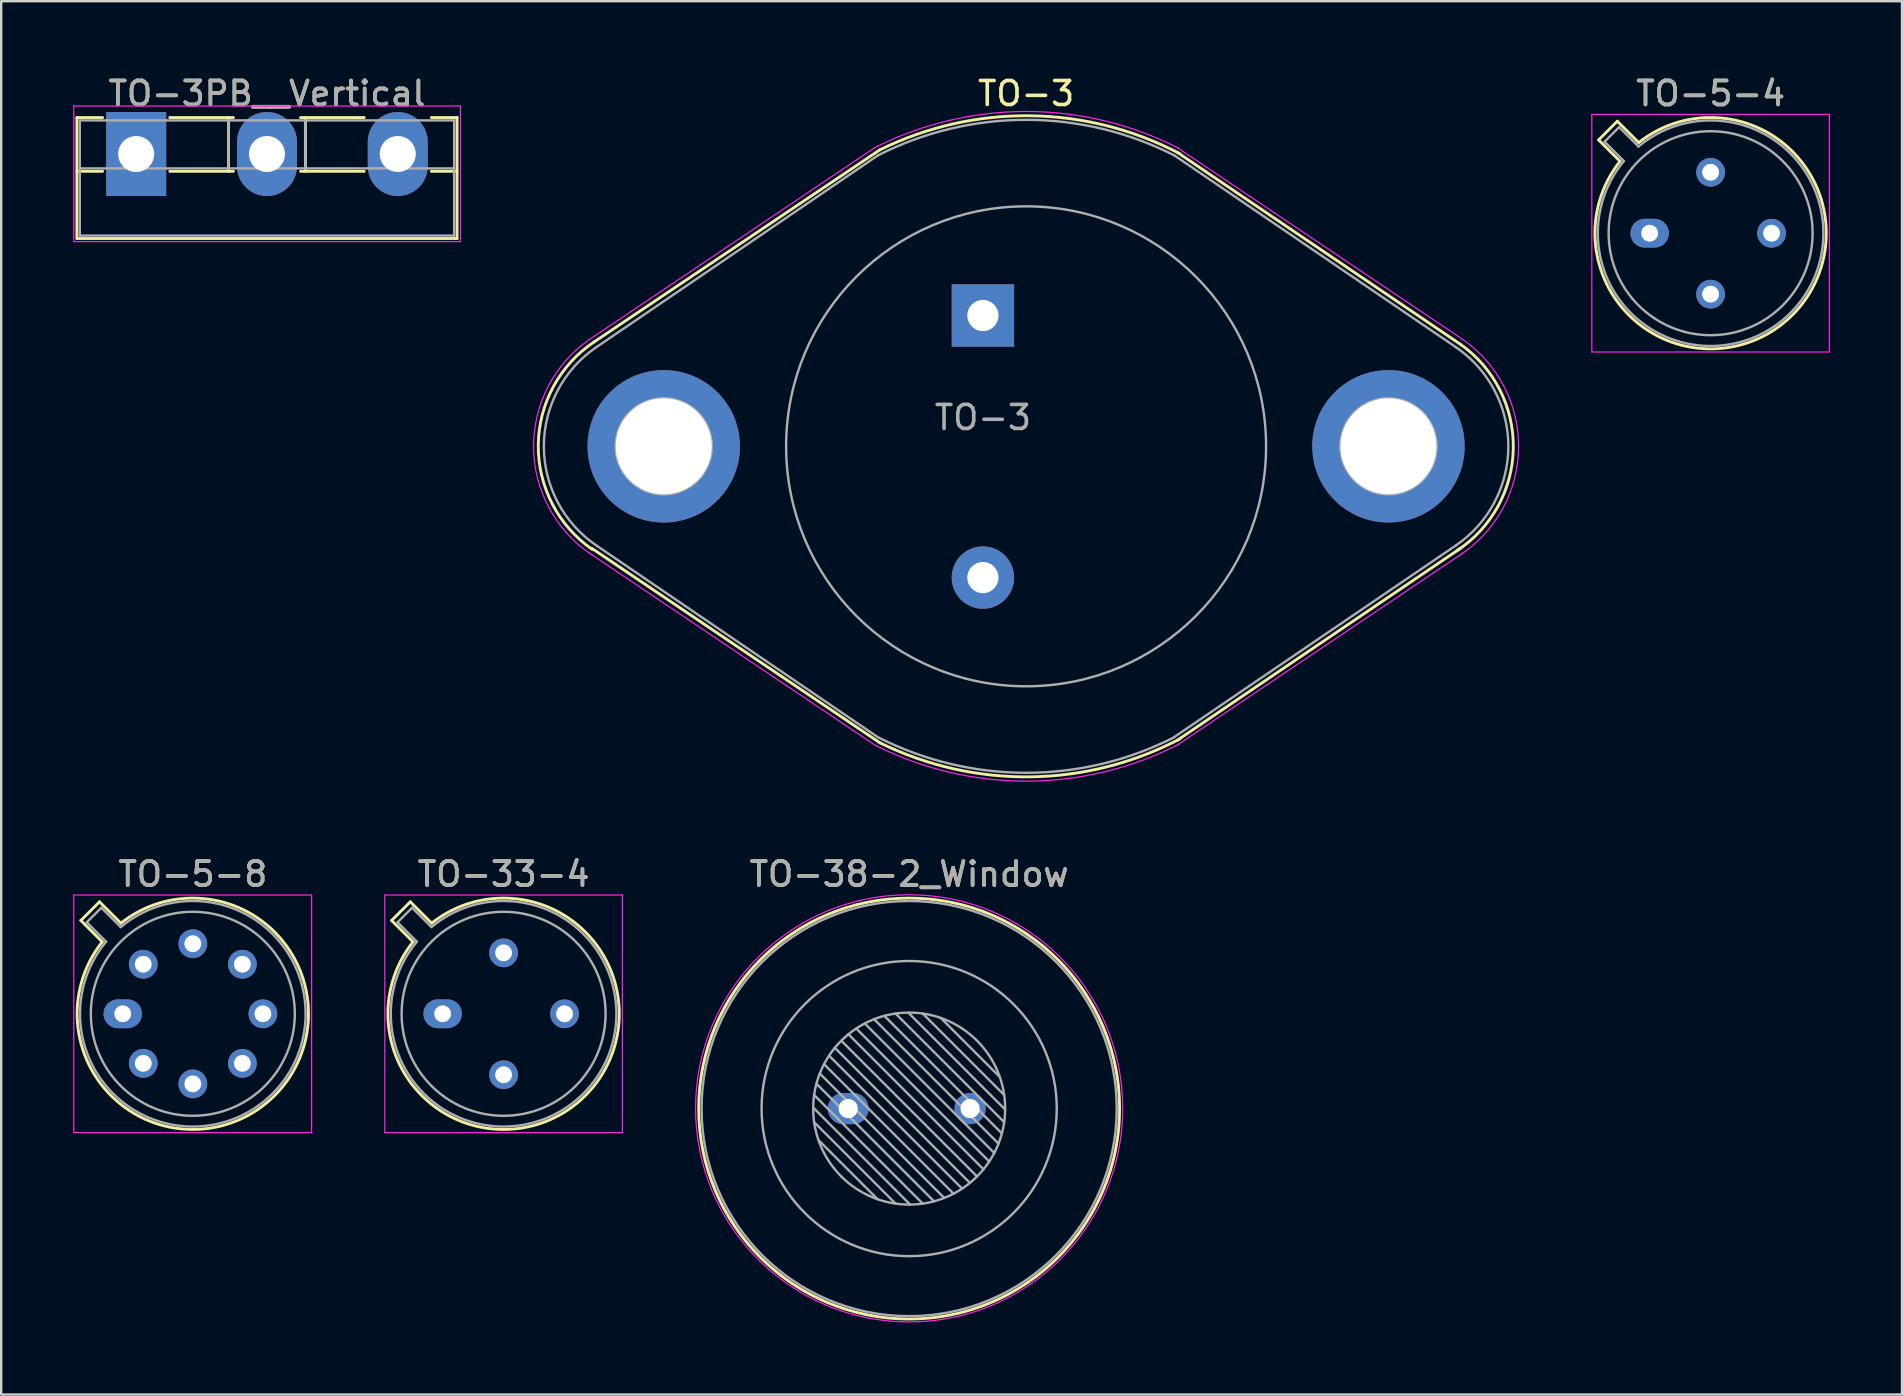
<source format=kicad_pcb>
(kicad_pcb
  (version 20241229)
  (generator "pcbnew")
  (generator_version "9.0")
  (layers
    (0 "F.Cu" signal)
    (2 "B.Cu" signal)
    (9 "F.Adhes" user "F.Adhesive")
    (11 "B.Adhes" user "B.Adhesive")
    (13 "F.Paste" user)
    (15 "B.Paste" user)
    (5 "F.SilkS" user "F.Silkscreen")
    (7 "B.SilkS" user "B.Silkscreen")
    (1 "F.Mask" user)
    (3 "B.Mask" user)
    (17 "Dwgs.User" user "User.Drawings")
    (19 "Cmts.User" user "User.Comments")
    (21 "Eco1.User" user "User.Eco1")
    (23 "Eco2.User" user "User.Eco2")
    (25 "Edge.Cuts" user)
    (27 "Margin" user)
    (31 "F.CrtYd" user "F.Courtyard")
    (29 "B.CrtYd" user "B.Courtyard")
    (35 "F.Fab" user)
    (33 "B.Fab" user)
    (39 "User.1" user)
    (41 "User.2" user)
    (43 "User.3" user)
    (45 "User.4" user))
  (footprint "TO-5-4"
    (layer "F.Cu")
    (at 65.692 6.668)
    (property "Reference" "TO-5-4" (at 2.54 -5.82 0) (layer "F.SilkS") (effects (font (size 1 1) (thickness 0.15))))
    (attr through_hole)
    (fp_line (start -2.126 -3.888) (end -1.235 -2.997) (stroke (width 0.12) (type solid)) (layer "F.SilkS"))
    (fp_line (start -1.348 -4.666) (end -2.126 -3.888) (stroke (width 0.12) (type solid)) (layer "F.SilkS"))
    (fp_line (start -0.457 -3.775) (end -1.348 -4.666) (stroke (width 0.12) (type solid)) (layer "F.SilkS"))
    (fp_arc (start -0.457084 -3.774902) (mid 5.948125 3.408384) (end -1.234674 -2.997371) (stroke (width 0.12) (type solid)) (layer "F.SilkS"))
    (fp_line (start -2.41 -4.95) (end -2.41 4.95) (stroke (width 0.05) (type solid)) (layer "F.CrtYd"))
    (fp_line (start -2.41 4.95) (end 7.49 4.95) (stroke (width 0.05) (type solid)) (layer "F.CrtYd"))
    (fp_line (start 7.49 -4.95) (end -2.41 -4.95) (stroke (width 0.05) (type solid)) (layer "F.CrtYd"))
    (fp_line (start 7.49 4.95) (end 7.49 -4.95) (stroke (width 0.05) (type solid)) (layer "F.CrtYd"))
    (fp_line (start -1.88 -3.812) (end -1.074 -3.005) (stroke (width 0.1) (type solid)) (layer "F.Fab"))
    (fp_line (start -1.272 -4.42) (end -1.88 -3.812) (stroke (width 0.1) (type solid)) (layer "F.Fab"))
    (fp_line (start -0.465 -3.614) (end -1.272 -4.42) (stroke (width 0.1) (type solid)) (layer "F.Fab"))
    (fp_arc (start -0.465408 -3.61352) (mid 5.863443 3.323361) (end -1.073594 -3.005319) (stroke (width 0.1) (type solid)) (layer "F.Fab"))
    (fp_circle (center 2.54 0) (end 6.79 0) (stroke (width 0.1) (type solid)) (fill no) (layer "F.Fab"))
    (fp_text user "${REFERENCE}" (at 2.54 -5.82 0) (layer "F.Fab") (effects (font (size 1 1) (thickness 0.15))))
    (pad "1" thru_hole oval (at 0 0) (size 1.6 1.2) (drill 0.7) (layers "*.Cu" "*.Mask"))
    (pad "2" thru_hole oval (at 2.54 2.54) (size 1.2 1.2) (drill 0.7) (layers "*.Cu" "*.Mask"))
    (pad "3" thru_hole oval (at 5.08 0) (size 1.2 1.2) (drill 0.7) (layers "*.Cu" "*.Mask"))
    (pad "4" thru_hole oval (at 2.54 -2.54) (size 1.2 1.2) (drill 0.7) (layers "*.Cu" "*.Mask")))
  (footprint "TO-38-2_Window"
    (layer "F.Cu")
    (at 32.295 43.145)
    (property "Reference" "TO-38-2_Window" (at 2.54 -9.77 0) (layer "F.SilkS") (effects (font (size 1 1) (thickness 0.15))))
    (attr through_hole)
    (fp_circle (center 2.54 0) (end 11.31 0) (stroke (width 0.12) (type solid)) (fill no) (layer "F.SilkS"))
    (fp_circle (center 2.54 -0.01) (end 11.44 -0.01) (stroke (width 0.05) (type solid)) (fill no) (layer "F.CrtYd"))
    (fp_line (start -1.46 -0.041) (end 2.581 4) (stroke (width 0.1) (type solid)) (layer "F.Fab"))
    (fp_line (start -1.42 -0.566) (end 3.106 3.96) (stroke (width 0.1) (type solid)) (layer "F.Fab"))
    (fp_line (start -1.42 0.566) (end 1.974 3.96) (stroke (width 0.1) (type solid)) (layer "F.Fab"))
    (fp_line (start -1.324 -1.036) (end 3.576 3.864) (stroke (width 0.1) (type solid)) (layer "F.Fab"))
    (fp_line (start -1.239 1.313) (end 1.227 3.779) (stroke (width 0.1) (type solid)) (layer "F.Fab"))
    (fp_line (start -1.184 -1.461) (end 4.001 3.724) (stroke (width 0.1) (type solid)) (layer "F.Fab"))
    (fp_line (start -1.007 -1.85) (end 4.39 3.547) (stroke (width 0.1) (type solid)) (layer "F.Fab"))
    (fp_line (start -0.797 -2.206) (end 4.746 3.337) (stroke (width 0.1) (type solid)) (layer "F.Fab"))
    (fp_line (start -0.558 -2.532) (end 5.072 3.098) (stroke (width 0.1) (type solid)) (layer "F.Fab"))
    (fp_line (start -0.289 -2.829) (end 5.369 2.829) (stroke (width 0.1) (type solid)) (layer "F.Fab"))
    (fp_line (start -0.289 2.829) (end -0.289 2.829) (stroke (width 0.1) (type solid)) (layer "F.Fab"))
    (fp_line (start 0.008 -3.098) (end 5.638 2.532) (stroke (width 0.1) (type solid)) (layer "F.Fab"))
    (fp_line (start 0.334 -3.337) (end 5.877 2.206) (stroke (width 0.1) (type solid)) (layer "F.Fab"))
    (fp_line (start 0.69 -3.547) (end 6.087 1.85) (stroke (width 0.1) (type solid)) (layer "F.Fab"))
    (fp_line (start 1.079 -3.724) (end 6.264 1.461) (stroke (width 0.1) (type solid)) (layer "F.Fab"))
    (fp_line (start 1.504 -3.864) (end 6.404 1.036) (stroke (width 0.1) (type solid)) (layer "F.Fab"))
    (fp_line (start 1.974 -3.96) (end 6.5 0.566) (stroke (width 0.1) (type solid)) (layer "F.Fab"))
    (fp_line (start 2.499 -4) (end 6.54 0.041) (stroke (width 0.1) (type solid)) (layer "F.Fab"))
    (fp_line (start 3.106 -3.96) (end 6.5 -0.566) (stroke (width 0.1) (type solid)) (layer "F.Fab"))
    (fp_line (start 3.853 -3.779) (end 6.319 -1.313) (stroke (width 0.1) (type solid)) (layer "F.Fab"))
    (fp_circle (center 2.54 0) (end 6.54 0) (stroke (width 0.1) (type solid)) (fill no) (layer "F.Fab"))
    (fp_circle (center 2.54 0) (end 8.69 0) (stroke (width 0.1) (type solid)) (fill no) (layer "F.Fab"))
    (fp_circle (center 2.54 0) (end 11.19 0) (stroke (width 0.1) (type solid)) (fill no) (layer "F.Fab"))
    (fp_text user "${REFERENCE}" (at 2.54 -9.77 0) (layer "F.Fab") (effects (font (size 1 1) (thickness 0.15))))
    (pad "1" thru_hole oval (at 0 0) (size 1.7 1.3) (drill 0.8) (layers "*.Cu" "*.Mask"))
    (pad "2" thru_hole oval (at 5.08 0) (size 1.3 1.3) (drill 0.8) (layers "*.Cu" "*.Mask")))
  (footprint "TO-3"
    (layer "F.Cu")
    (at 37.908 10.098)
    (property "Reference" "TO-3" (at 1.8 -9.25 0) (layer "F.SilkS") (effects (font (size 1 1) (thickness 0.15))))
    (attr through_hole)
    (fp_line (start -4.3 -6.9) (end -16.2 1.1) (stroke (width 0.12) (type solid)) (layer "F.SilkS"))
    (fp_line (start -4.3 17.8) (end -16.3 9.7) (stroke (width 0.12) (type solid)) (layer "F.SilkS"))
    (fp_line (start 8.1 -6.8) (end 19.9 1.2) (stroke (width 0.12) (type solid)) (layer "F.SilkS"))
    (fp_line (start 8.1 17.7) (end 19.9 9.7) (stroke (width 0.12) (type solid)) (layer "F.SilkS"))
    (fp_arc (start -16.276967 9.747694) (mid -18.527843 5.403471) (end -16.2 1.1) (stroke (width 0.12) (type solid)) (layer "F.SilkS"))
    (fp_arc (start -4.3 -6.9) (mid 1.971643 -8.323273) (end 8.20587 -6.744152) (stroke (width 0.12) (type solid)) (layer "F.SilkS"))
    (fp_arc (start 8.20587 17.644152) (mid 1.971643 19.223273) (end -4.3 17.8) (stroke (width 0.12) (type solid)) (layer "F.SilkS"))
    (fp_arc (start 19.9 1.2) (mid 22.101343 5.542388) (end 19.747176 9.803859) (stroke (width 0.12) (type solid)) (layer "F.SilkS"))
    (fp_line (start -4.5 -7) (end -16.4 1) (stroke (width 0.05) (type solid)) (layer "F.CrtYd"))
    (fp_line (start -4.5 17.9) (end -16.4 9.9) (stroke (width 0.05) (type solid)) (layer "F.CrtYd"))
    (fp_line (start 8.1 -7) (end 20 1) (stroke (width 0.05) (type solid)) (layer "F.CrtYd"))
    (fp_line (start 8.1 17.9) (end 20 9.9) (stroke (width 0.05) (type solid)) (layer "F.CrtYd"))
    (fp_arc (start -16.296319 9.970461) (mid -18.722967 5.512679) (end -16.4 1) (stroke (width 0.05) (type solid)) (layer "F.CrtYd"))
    (fp_arc (start -4.5 -7) (mid 1.838841 -8.503171) (end 8.169214 -6.964733) (stroke (width 0.05) (type solid)) (layer "F.CrtYd"))
    (fp_arc (start 8.169214 17.864733) (mid 1.838841 19.403171) (end -4.5 17.9) (stroke (width 0.05) (type solid)) (layer "F.CrtYd"))
    (fp_arc (start 20 1) (mid 22.322967 5.512679) (end 19.896319 9.970461) (stroke (width 0.05) (type solid)) (layer "F.CrtYd"))
    (fp_line (start -4.38 -6.67) (end -16.11 1.32) (stroke (width 0.1) (type solid)) (layer "F.Fab"))
    (fp_line (start -4.38 17.57) (end -16.11 9.58) (stroke (width 0.1) (type solid)) (layer "F.Fab"))
    (fp_line (start 7.98 -6.67) (end 19.71 1.32) (stroke (width 0.1) (type solid)) (layer "F.Fab"))
    (fp_line (start 7.98 17.56) (end 19.71 9.58) (stroke (width 0.1) (type solid)) (layer "F.Fab"))
    (fp_arc (start -16.105547 9.583026) (mid -18.295297 5.452692) (end -16.11 1.32) (stroke (width 0.1) (type solid)) (layer "F.Fab"))
    (fp_arc (start -4.38 -6.67) (mid 1.795945 -8.15466) (end 7.972773 -6.673682) (stroke (width 0.1) (type solid)) (layer "F.Fab"))
    (fp_arc (start 7.972773 17.573682) (mid 1.795945 19.05466) (end -4.38 17.57) (stroke (width 0.1) (type solid)) (layer "F.Fab"))
    (fp_arc (start 19.71 1.32) (mid 21.895297 5.452692) (end 19.705547 9.583026) (stroke (width 0.1) (type solid)) (layer "F.Fab"))
    (fp_circle (center -13.3 5.45) (end -15.3 5.45) (stroke (width 0.1) (type solid)) (fill no) (layer "F.Fab"))
    (fp_circle (center 1.8 5.45) (end 11.8 5.45) (stroke (width 0.1) (type solid)) (fill no) (layer "F.Fab"))
    (fp_circle (center 16.9 5.45) (end 18.9 5.45) (stroke (width 0.1) (type solid)) (fill no) (layer "F.Fab"))
    (fp_text user "${REFERENCE}" (at 0 4.25 0) (layer "F.Fab") (effects (font (size 1 1) (thickness 0.15))))
    (pad "1" thru_hole rect (at 0 0) (size 2.6 2.6) (drill 1.3) (layers "*.Cu" "*.Mask"))
    (pad "2" thru_hole circle (at 0 10.92) (size 2.6 2.6) (drill 1.3) (layers "*.Cu" "*.Mask"))
    (pad "3" thru_hole circle (at -13.3 5.45) (size 6.35 6.35) (drill 4) (layers "*.Cu" "*.Mask"))
    (pad "3" thru_hole circle (at 16.9 5.45) (size 6.35 6.35) (drill 4) (layers "*.Cu" "*.Mask")))
  (footprint "TO-33-4"
    (layer "F.Cu")
    (at 15.395 39.195)
    (property "Reference" "TO-33-4" (at 2.54 -5.82 0) (layer "F.SilkS") (effects (font (size 1 1) (thickness 0.15))))
    (attr through_hole)
    (fp_line (start -2.126 -3.888) (end -1.235 -2.997) (stroke (width 0.12) (type solid)) (layer "F.SilkS"))
    (fp_line (start -1.348 -4.666) (end -2.126 -3.888) (stroke (width 0.12) (type solid)) (layer "F.SilkS"))
    (fp_line (start -0.457 -3.775) (end -1.348 -4.666) (stroke (width 0.12) (type solid)) (layer "F.SilkS"))
    (fp_arc (start -0.457084 -3.774902) (mid 5.948125 3.408384) (end -1.234674 -2.997371) (stroke (width 0.12) (type solid)) (layer "F.SilkS"))
    (fp_line (start -2.41 -4.95) (end -2.41 4.95) (stroke (width 0.05) (type solid)) (layer "F.CrtYd"))
    (fp_line (start -2.41 4.95) (end 7.49 4.95) (stroke (width 0.05) (type solid)) (layer "F.CrtYd"))
    (fp_line (start 7.49 -4.95) (end -2.41 -4.95) (stroke (width 0.05) (type solid)) (layer "F.CrtYd"))
    (fp_line (start 7.49 4.95) (end 7.49 -4.95) (stroke (width 0.05) (type solid)) (layer "F.CrtYd"))
    (fp_line (start -1.88 -3.812) (end -1.074 -3.005) (stroke (width 0.1) (type solid)) (layer "F.Fab"))
    (fp_line (start -1.272 -4.42) (end -1.88 -3.812) (stroke (width 0.1) (type solid)) (layer "F.Fab"))
    (fp_line (start -0.465 -3.614) (end -1.272 -4.42) (stroke (width 0.1) (type solid)) (layer "F.Fab"))
    (fp_arc (start -0.465408 -3.61352) (mid 5.863443 3.323361) (end -1.073594 -3.005319) (stroke (width 0.1) (type solid)) (layer "F.Fab"))
    (fp_circle (center 2.54 0) (end 6.79 0) (stroke (width 0.1) (type solid)) (fill no) (layer "F.Fab"))
    (fp_text user "${REFERENCE}" (at 2.54 -5.82 0) (layer "F.Fab") (effects (font (size 1 1) (thickness 0.15))))
    (pad "1" thru_hole oval (at 0 0) (size 1.6 1.2) (drill 0.7) (layers "*.Cu" "*.Mask"))
    (pad "2" thru_hole oval (at 2.54 2.54) (size 1.2 1.2) (drill 0.7) (layers "*.Cu" "*.Mask"))
    (pad "3" thru_hole oval (at 5.08 0) (size 1.2 1.2) (drill 0.7) (layers "*.Cu" "*.Mask"))
    (pad "4" thru_hole oval (at 2.54 -2.54) (size 1.2 1.2) (drill 0.7) (layers "*.Cu" "*.Mask")))
  (footprint "TO-3PB__Vertical"
    (layer "F.Cu")
    (at 2.625 3.368)
    (property "Reference" "TO-3PB__Vertical" (at 5.45 -2.52 0) (layer "F.SilkS") (effects (font (size 1 1) (thickness 0.15))))
    (attr through_hole)
    (fp_line (start -2.47 -1.52) (end -2.47 3.52) (stroke (width 0.12) (type solid)) (layer "F.SilkS"))
    (fp_line (start -2.47 -1.52) (end -1.4 -1.52) (stroke (width 0.12) (type solid)) (layer "F.SilkS"))
    (fp_line (start -2.47 0.721) (end -1.4 0.721) (stroke (width 0.12) (type solid)) (layer "F.SilkS"))
    (fp_line (start -2.47 3.52) (end 13.37 3.52) (stroke (width 0.12) (type solid)) (layer "F.SilkS"))
    (fp_line (start 1.4 -1.52) (end 4.051 -1.52) (stroke (width 0.12) (type solid)) (layer "F.SilkS"))
    (fp_line (start 1.4 0.721) (end 4.051 0.721) (stroke (width 0.12) (type solid)) (layer "F.SilkS"))
    (fp_line (start 3.85 -1.52) (end 3.85 0.721) (stroke (width 0.12) (type solid)) (layer "F.SilkS"))
    (fp_line (start 6.85 -1.52) (end 9.5 -1.52) (stroke (width 0.12) (type solid)) (layer "F.SilkS"))
    (fp_line (start 6.85 0.721) (end 9.5 0.721) (stroke (width 0.12) (type solid)) (layer "F.SilkS"))
    (fp_line (start 7.051 -1.52) (end 7.051 0.721) (stroke (width 0.12) (type solid)) (layer "F.SilkS"))
    (fp_line (start 12.3 -1.52) (end 13.37 -1.52) (stroke (width 0.12) (type solid)) (layer "F.SilkS"))
    (fp_line (start 12.3 0.721) (end 13.37 0.721) (stroke (width 0.12) (type solid)) (layer "F.SilkS"))
    (fp_line (start 13.37 -1.52) (end 13.37 3.52) (stroke (width 0.12) (type solid)) (layer "F.SilkS"))
    (fp_line (start -2.6 -2) (end -2.6 3.65) (stroke (width 0.05) (type solid)) (layer "F.CrtYd"))
    (fp_line (start -2.6 3.65) (end 13.51 3.65) (stroke (width 0.05) (type solid)) (layer "F.CrtYd"))
    (fp_line (start 13.51 -2) (end -2.6 -2) (stroke (width 0.05) (type solid)) (layer "F.CrtYd"))
    (fp_line (start 13.51 3.65) (end 13.51 -2) (stroke (width 0.05) (type solid)) (layer "F.CrtYd"))
    (fp_line (start -2.35 -1.4) (end -2.35 3.4) (stroke (width 0.1) (type solid)) (layer "F.Fab"))
    (fp_line (start -2.35 0.6) (end 13.25 0.6) (stroke (width 0.1) (type solid)) (layer "F.Fab"))
    (fp_line (start -2.35 3.4) (end 13.25 3.4) (stroke (width 0.1) (type solid)) (layer "F.Fab"))
    (fp_line (start 3.85 -1.4) (end 3.85 0.6) (stroke (width 0.1) (type solid)) (layer "F.Fab"))
    (fp_line (start 7.05 -1.4) (end 7.05 0.6) (stroke (width 0.1) (type solid)) (layer "F.Fab"))
    (fp_line (start 13.25 -1.4) (end -2.35 -1.4) (stroke (width 0.1) (type solid)) (layer "F.Fab"))
    (fp_line (start 13.25 3.4) (end 13.25 -1.4) (stroke (width 0.1) (type solid)) (layer "F.Fab"))
    (fp_text user "${REFERENCE}" (at 5.45 -2.52 0) (layer "F.Fab") (effects (font (size 1 1) (thickness 0.15))))
    (pad "1" thru_hole rect (at 0 0) (size 2.5 3.5) (drill 1.5) (layers "*.Cu" "*.Mask"))
    (pad "2" thru_hole oval (at 5.45 0) (size 2.5 3.5) (drill 1.5) (layers "*.Cu" "*.Mask"))
    (pad "3" thru_hole oval (at 10.9 0) (size 2.5 3.5) (drill 1.5) (layers "*.Cu" "*.Mask")))
  (footprint "TO-5-8"
    (layer "F.Cu")
    (at 2.065 39.195)
    (property "Reference" "TO-5-8" (at 2.92 -5.82 0) (layer "F.SilkS") (effects (font (size 1 1) (thickness 0.15))))
    (attr through_hole)
    (fp_line (start -1.746 -3.888) (end -0.855 -2.997) (stroke (width 0.12) (type solid)) (layer "F.SilkS"))
    (fp_line (start -0.968 -4.666) (end -1.746 -3.888) (stroke (width 0.12) (type solid)) (layer "F.SilkS"))
    (fp_line (start -0.077 -3.775) (end -0.968 -4.666) (stroke (width 0.12) (type solid)) (layer "F.SilkS"))
    (fp_arc (start -0.077084 -3.774902) (mid 6.328125 3.408384) (end -0.854674 -2.997371) (stroke (width 0.12) (type solid)) (layer "F.SilkS"))
    (fp_line (start -2.04 -4.95) (end -2.04 4.95) (stroke (width 0.05) (type solid)) (layer "F.CrtYd"))
    (fp_line (start -2.04 4.95) (end 7.87 4.95) (stroke (width 0.05) (type solid)) (layer "F.CrtYd"))
    (fp_line (start 7.87 -4.95) (end -2.04 -4.95) (stroke (width 0.05) (type solid)) (layer "F.CrtYd"))
    (fp_line (start 7.87 4.95) (end 7.87 -4.95) (stroke (width 0.05) (type solid)) (layer "F.CrtYd"))
    (fp_line (start -1.5 -3.812) (end -0.694 -3.005) (stroke (width 0.1) (type solid)) (layer "F.Fab"))
    (fp_line (start -0.892 -4.42) (end -1.5 -3.812) (stroke (width 0.1) (type solid)) (layer "F.Fab"))
    (fp_line (start -0.085 -3.614) (end -0.892 -4.42) (stroke (width 0.1) (type solid)) (layer "F.Fab"))
    (fp_arc (start -0.085408 -3.61352) (mid 6.243443 3.323361) (end -0.693594 -3.005319) (stroke (width 0.1) (type solid)) (layer "F.Fab"))
    (fp_circle (center 2.92 0) (end 7.17 0) (stroke (width 0.1) (type solid)) (fill no) (layer "F.Fab"))
    (fp_text user "${REFERENCE}" (at 2.92 -5.82 0) (layer "F.Fab") (effects (font (size 1 1) (thickness 0.15))))
    (pad "1" thru_hole oval (at 0 0) (size 1.6 1.2) (drill 0.7) (layers "*.Cu" "*.Mask"))
    (pad "2" thru_hole oval (at 0.855 2.065) (size 1.2 1.2) (drill 0.7) (layers "*.Cu" "*.Mask"))
    (pad "3" thru_hole oval (at 2.92 2.92) (size 1.2 1.2) (drill 0.7) (layers "*.Cu" "*.Mask"))
    (pad "4" thru_hole oval (at 4.985 2.065) (size 1.2 1.2) (drill 0.7) (layers "*.Cu" "*.Mask"))
    (pad "5" thru_hole oval (at 5.84 0) (size 1.2 1.2) (drill 0.7) (layers "*.Cu" "*.Mask"))
    (pad "6" thru_hole oval (at 4.985 -2.065) (size 1.2 1.2) (drill 0.7) (layers "*.Cu" "*.Mask"))
    (pad "7" thru_hole oval (at 2.92 -2.92) (size 1.2 1.2) (drill 0.7) (layers "*.Cu" "*.Mask"))
    (pad "8" thru_hole oval (at 0.855 -2.065) (size 1.2 1.2) (drill 0.7) (layers "*.Cu" "*.Mask")))
  (gr_rect
    (start -3 -3)
    (end 76.207 55.06)
    (stroke (width 0.1) (type default))
    (fill no)
    (layer "Edge.Cuts")))
</source>
